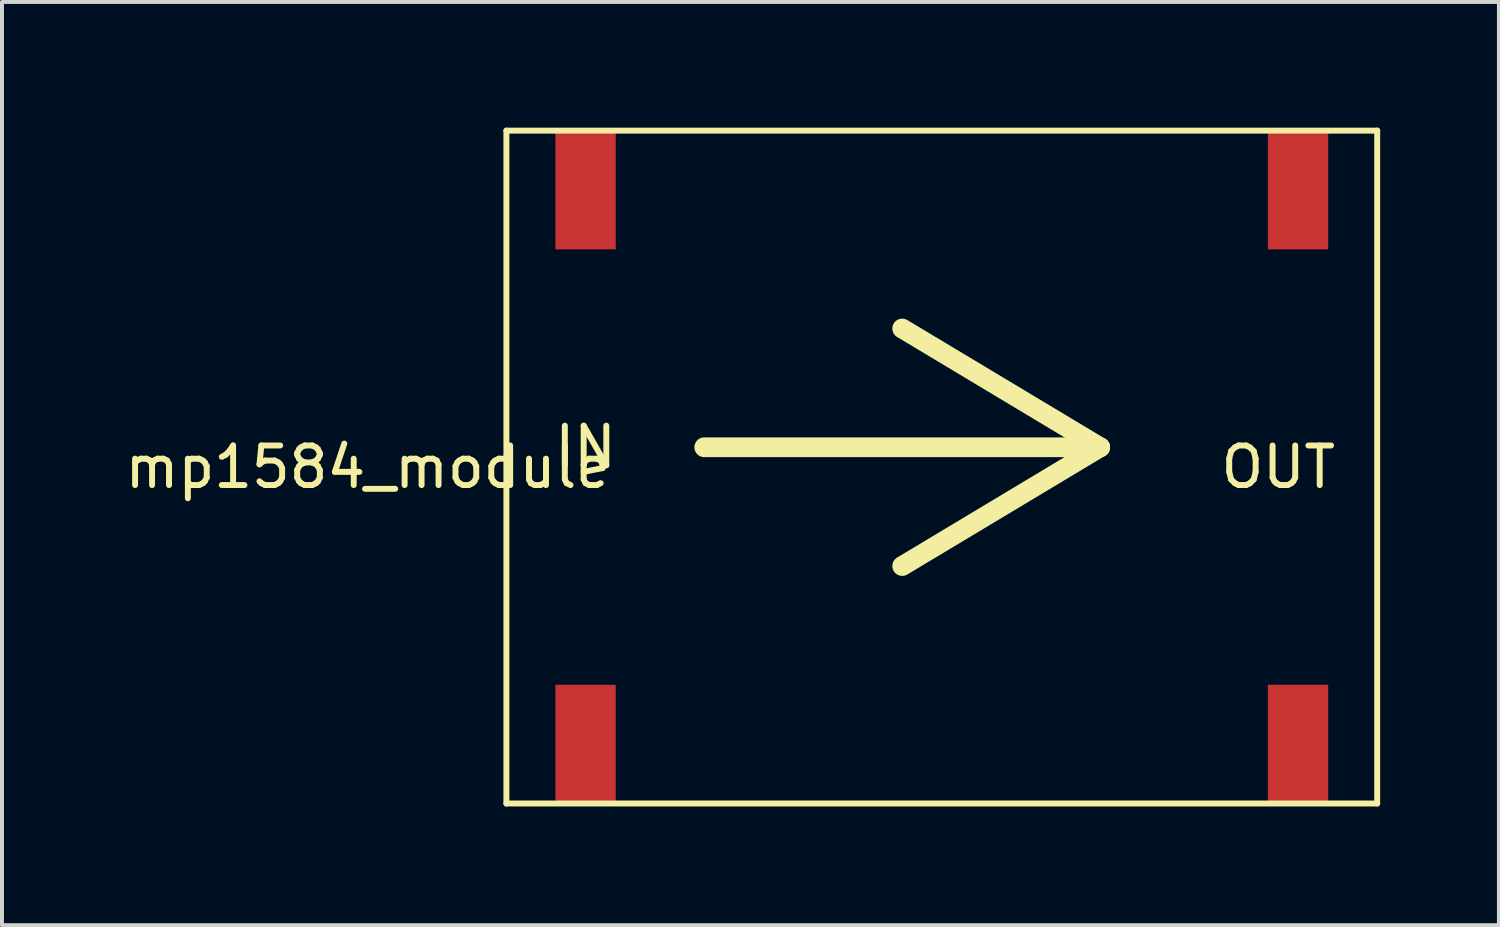
<source format=kicad_pcb>
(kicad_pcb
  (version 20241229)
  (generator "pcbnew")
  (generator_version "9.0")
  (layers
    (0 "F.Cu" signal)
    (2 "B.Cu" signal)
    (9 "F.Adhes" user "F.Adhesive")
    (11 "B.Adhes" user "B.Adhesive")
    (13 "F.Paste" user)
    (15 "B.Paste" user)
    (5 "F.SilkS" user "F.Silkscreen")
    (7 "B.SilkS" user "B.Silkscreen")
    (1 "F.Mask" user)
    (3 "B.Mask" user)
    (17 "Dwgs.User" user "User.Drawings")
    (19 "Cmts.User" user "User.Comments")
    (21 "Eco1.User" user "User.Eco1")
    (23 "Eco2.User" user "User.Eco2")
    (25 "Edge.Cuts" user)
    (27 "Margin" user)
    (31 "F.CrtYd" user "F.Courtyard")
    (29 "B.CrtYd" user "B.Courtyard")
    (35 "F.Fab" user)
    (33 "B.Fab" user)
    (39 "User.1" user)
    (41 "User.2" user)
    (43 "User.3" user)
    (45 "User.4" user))
  (footprint "mp1584_module"
    (layer "F.Cu")
    (at 9.744 0.25)
    (property "Reference" "mp1584_module" (at -3.5 8.5 0) (layer "F.SilkS") (effects (font (size 1 1) (thickness 0.15))))
    (attr through_hole)
    (fp_line (start 0 0) (end 22 0) (stroke (width 0.15) (type solid)) (layer "F.SilkS"))
    (fp_line (start 0 17) (end 0 0) (stroke (width 0.15) (type solid)) (layer "F.SilkS"))
    (fp_line (start 5 8) (end 15 8) (stroke (width 0.5) (type solid)) (layer "F.SilkS"))
    (fp_line (start 15 8) (end 10 5) (stroke (width 0.5) (type solid)) (layer "F.SilkS"))
    (fp_line (start 15 8) (end 10 11) (stroke (width 0.5) (type solid)) (layer "F.SilkS"))
    (fp_line (start 22 0) (end 22 17) (stroke (width 0.15) (type solid)) (layer "F.SilkS"))
    (fp_line (start 22 17) (end 0 17) (stroke (width 0.15) (type solid)) (layer "F.SilkS"))
    (fp_text user "IN" (at 2 8 180) (layer "F.SilkS") (effects (font (size 1 1) (thickness 0.15))))
    (fp_text user "OUT" (at 19.5 8.5 0) (layer "F.SilkS") (effects (font (size 1 1) (thickness 0.15))))
    (pad "1" smd trapezoid (at 2 1.5) (size 1.524 3) (layers "F.Cu" "F.Mask" "F.Paste"))
    (pad "2" smd trapezoid (at 2 15.5) (size 1.524 3) (layers "F.Cu" "F.Mask" "F.Paste"))
    (pad "3" smd trapezoid (at 20 1.5) (size 1.524 3) (layers "F.Cu" "F.Mask" "F.Paste"))
    (pad "4" smd trapezoid (at 20 15.5) (size 1.524 3) (layers "F.Cu" "F.Mask" "F.Paste")))
  (gr_rect
    (start -3 -3)
    (end 34.819 20.325)
    (stroke (width 0.1) (type default))
    (fill no)
    (layer "Edge.Cuts")))
</source>
